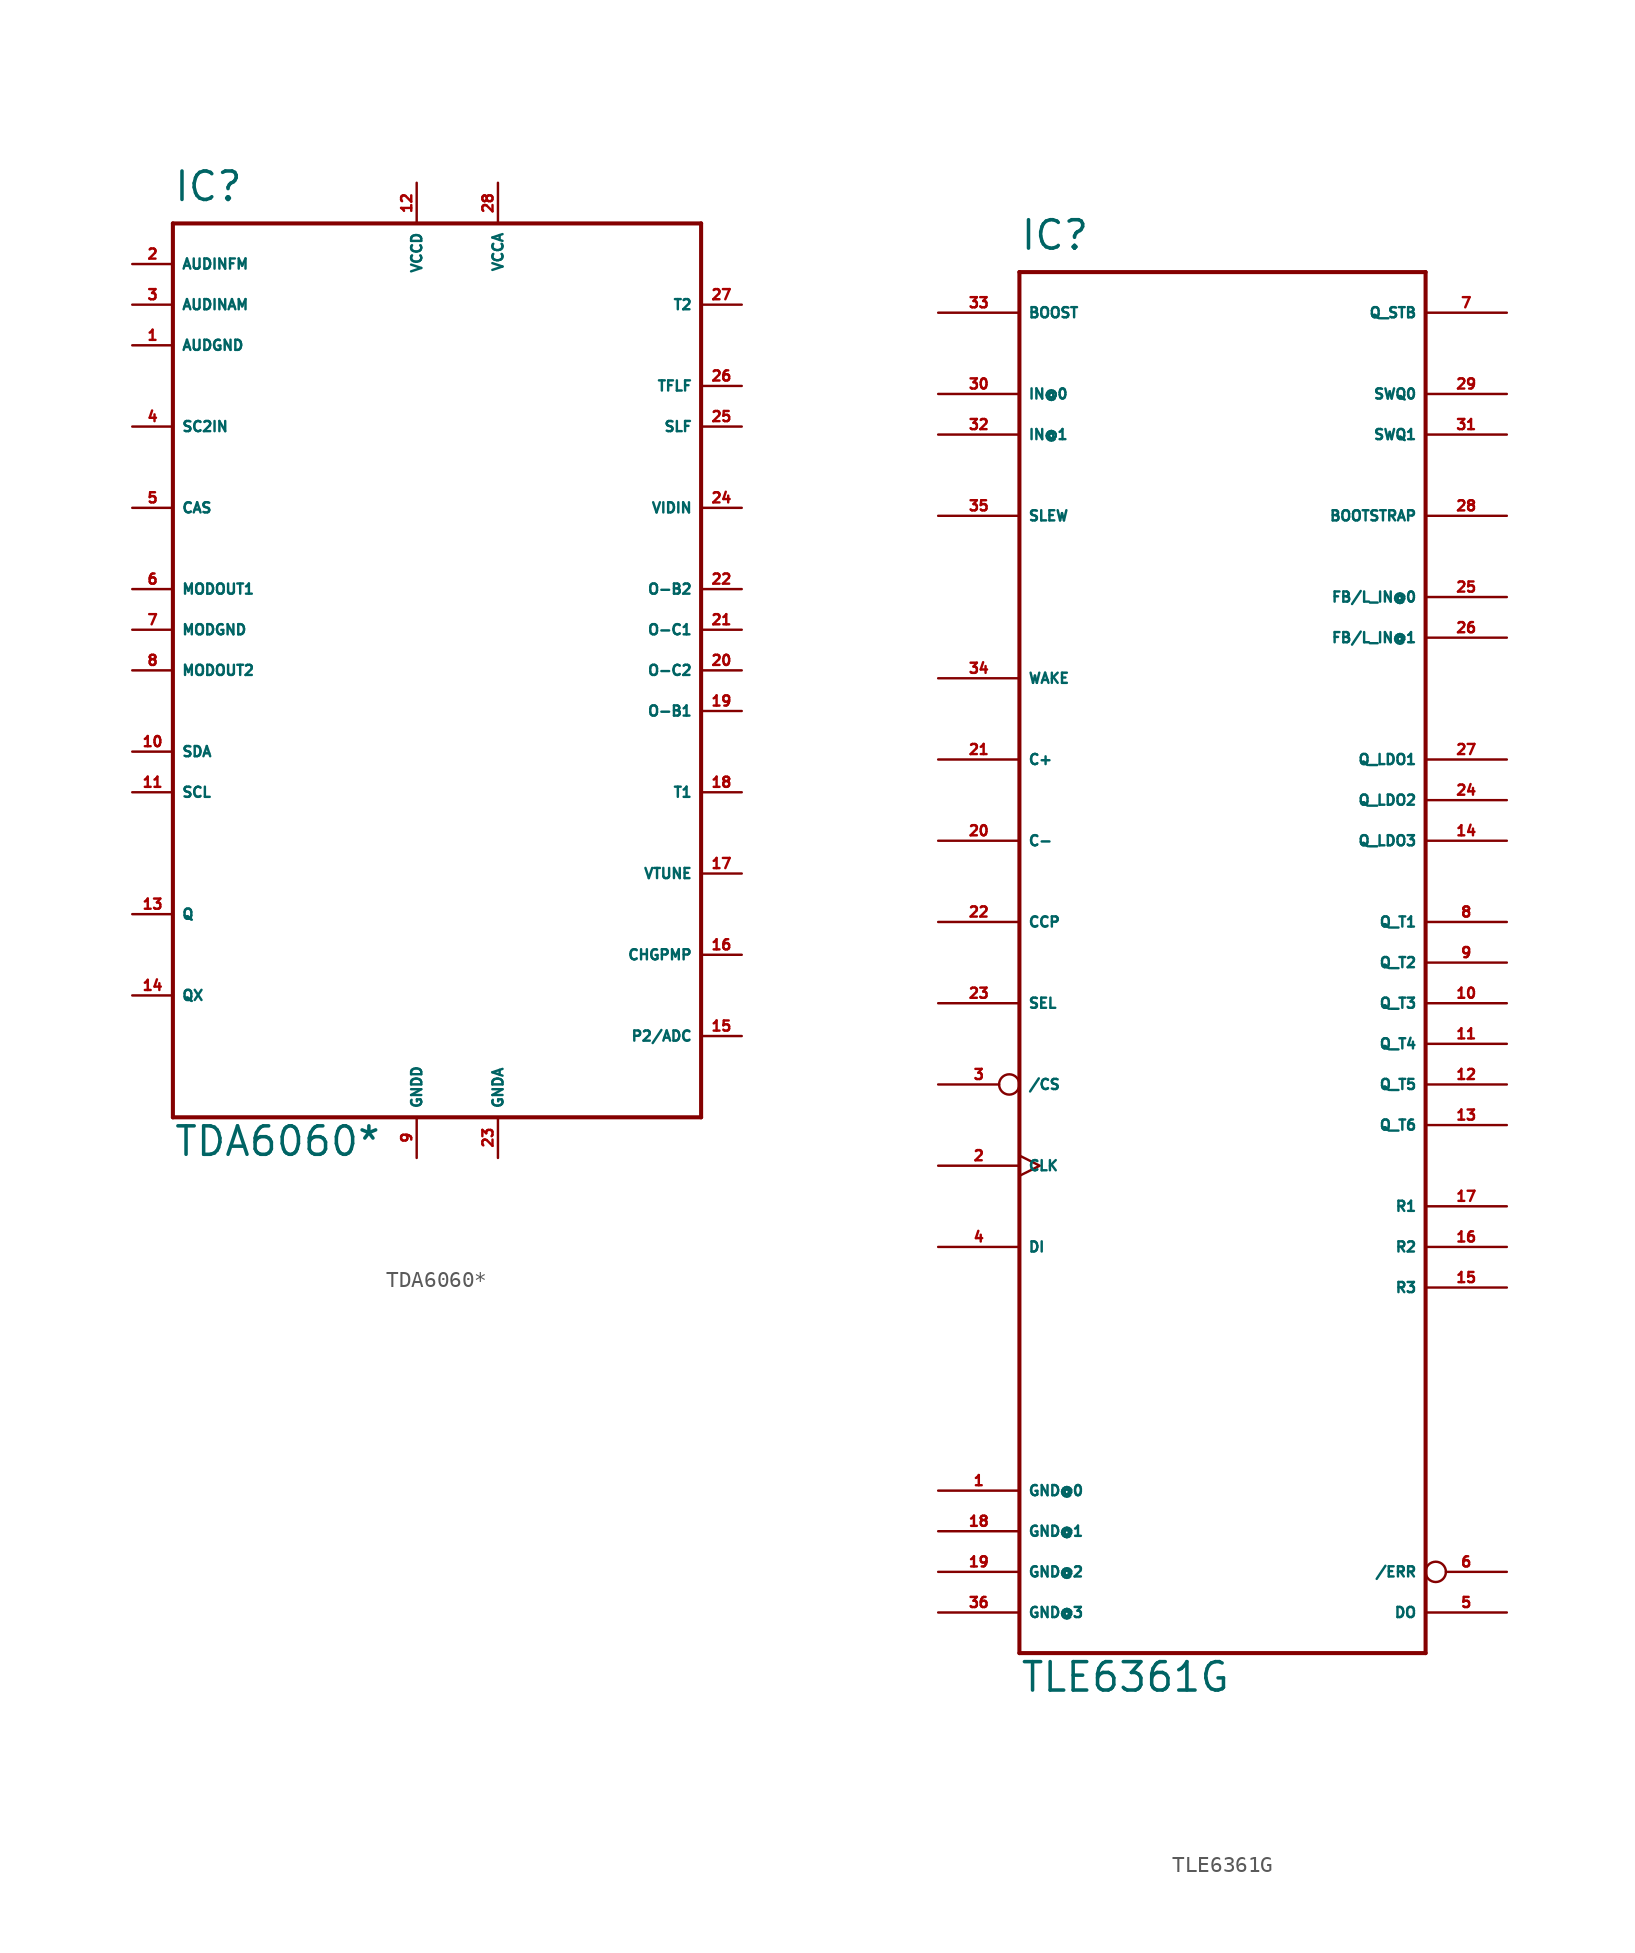
<source format=kicad_sym>
(kicad_symbol_lib
  (version 20220914)
  (generator Eagle2Kicad)
  (symbol "TDA6060*"
    (property "Reference" "IC"
      (at -17.78 29.21 0)
      (effects (font (size 1.778 1.778) (thickness 0.22)) (justify left bottom)))
    (property "Value" "TDA6060*"
      (at -17.78 -30.48 0)
      (effects (font (size 1.778 1.778) (thickness 0.22)) (justify left bottom)))
    (polyline
      (pts (xy -17.78 27.94) (xy 15.24 27.94))
      (stroke (width 0.254) (type default))
      (fill (type none)))
    (polyline
      (pts (xy 15.24 27.94) (xy 15.24 -27.94))
      (stroke (width 0.254) (type default))
      (fill (type none)))
    (polyline
      (pts (xy 15.24 -27.94) (xy -17.78 -27.94))
      (stroke (width 0.254) (type default))
      (fill (type none)))
    (polyline
      (pts (xy -17.78 -27.94) (xy -17.78 27.94))
      (stroke (width 0.254) (type default))
      (fill (type none)))
    (pin unspecified line
      (at -20.32 20.32 0)
      (length 2.54)
      (name "AUDGND" (effects (font (size 0.635 0.635) (thickness 0.08)) (justify left bottom)))
      (number "1" (effects (font (size 0.635 0.635) (thickness 0.08)) (justify left bottom))))
    (pin input line
      (at -20.32 25.4 0)
      (length 2.54)
      (name "AUDINFM" (effects (font (size 0.635 0.635) (thickness 0.08)) (justify left bottom)))
      (number "2" (effects (font (size 0.635 0.635) (thickness 0.08)) (justify left bottom))))
    (pin input line
      (at -20.32 22.86 0)
      (length 2.54)
      (name "AUDINAM" (effects (font (size 0.635 0.635) (thickness 0.08)) (justify left bottom)))
      (number "3" (effects (font (size 0.635 0.635) (thickness 0.08)) (justify left bottom))))
    (pin input line
      (at -20.32 15.24 0)
      (length 2.54)
      (name "SC2IN" (effects (font (size 0.635 0.635) (thickness 0.08)) (justify left bottom)))
      (number "4" (effects (font (size 0.635 0.635) (thickness 0.08)) (justify left bottom))))
    (pin input line
      (at -20.32 10.16 0)
      (length 2.54)
      (name "CAS" (effects (font (size 0.635 0.635) (thickness 0.08)) (justify left bottom)))
      (number "5" (effects (font (size 0.635 0.635) (thickness 0.08)) (justify left bottom))))
    (pin output line
      (at -20.32 5.08 0)
      (length 2.54)
      (name "MODOUT1" (effects (font (size 0.635 0.635) (thickness 0.08)) (justify left bottom)))
      (number "6" (effects (font (size 0.635 0.635) (thickness 0.08)) (justify left bottom))))
    (pin unspecified line
      (at -20.32 2.54 0)
      (length 2.54)
      (name "MODGND" (effects (font (size 0.635 0.635) (thickness 0.08)) (justify left bottom)))
      (number "7" (effects (font (size 0.635 0.635) (thickness 0.08)) (justify left bottom))))
    (pin output line
      (at -20.32 0 0)
      (length 2.54)
      (name "MODOUT2" (effects (font (size 0.635 0.635) (thickness 0.08)) (justify left bottom)))
      (number "8" (effects (font (size 0.635 0.635) (thickness 0.08)) (justify left bottom))))
    (pin unspecified line
      (at -2.54 -30.48 90)
      (length 2.54)
      (name "GNDD" (effects (font (size 0.635 0.635) (thickness 0.08)) (justify left bottom)))
      (number "9" (effects (font (size 0.635 0.635) (thickness 0.08)) (justify left bottom))))
    (pin input line
      (at -20.32 -5.08 0)
      (length 2.54)
      (name "SDA" (effects (font (size 0.635 0.635) (thickness 0.08)) (justify left bottom)))
      (number "10" (effects (font (size 0.635 0.635) (thickness 0.08)) (justify left bottom))))
    (pin input line
      (at -20.32 -7.62 0)
      (length 2.54)
      (name "SCL" (effects (font (size 0.635 0.635) (thickness 0.08)) (justify left bottom)))
      (number "11" (effects (font (size 0.635 0.635) (thickness 0.08)) (justify left bottom))))
    (pin unspecified line
      (at -2.54 30.48 270)
      (length 2.54)
      (name "VCCD" (effects (font (size 0.635 0.635) (thickness 0.08)) (justify left bottom)))
      (number "12" (effects (font (size 0.635 0.635) (thickness 0.08)) (justify left bottom))))
    (pin passive line
      (at -20.32 -15.24 0)
      (length 2.54)
      (name "Q" (effects (font (size 0.635 0.635) (thickness 0.08)) (justify left bottom)))
      (number "13" (effects (font (size 0.635 0.635) (thickness 0.08)) (justify left bottom))))
    (pin passive line
      (at -20.32 -20.32 0)
      (length 2.54)
      (name "QX" (effects (font (size 0.635 0.635) (thickness 0.08)) (justify left bottom)))
      (number "14" (effects (font (size 0.635 0.635) (thickness 0.08)) (justify left bottom))))
    (pin input line
      (at 17.78 -22.86 180)
      (length 2.54)
      (name "P2/ADC" (effects (font (size 0.635 0.635) (thickness 0.08)) (justify left bottom)))
      (number "15" (effects (font (size 0.635 0.635) (thickness 0.08)) (justify left bottom))))
    (pin input line
      (at 17.78 -17.78 180)
      (length 2.54)
      (name "CHGPMP" (effects (font (size 0.635 0.635) (thickness 0.08)) (justify left bottom)))
      (number "16" (effects (font (size 0.635 0.635) (thickness 0.08)) (justify left bottom))))
    (pin input line
      (at 17.78 -12.7 180)
      (length 2.54)
      (name "VTUNE" (effects (font (size 0.635 0.635) (thickness 0.08)) (justify left bottom)))
      (number "17" (effects (font (size 0.635 0.635) (thickness 0.08)) (justify left bottom))))
    (pin input line
      (at 17.78 -7.62 180)
      (length 2.54)
      (name "T1" (effects (font (size 0.635 0.635) (thickness 0.08)) (justify left bottom)))
      (number "18" (effects (font (size 0.635 0.635) (thickness 0.08)) (justify left bottom))))
    (pin input line
      (at 17.78 -2.54 180)
      (length 2.54)
      (name "O-B1" (effects (font (size 0.635 0.635) (thickness 0.08)) (justify left bottom)))
      (number "19" (effects (font (size 0.635 0.635) (thickness 0.08)) (justify left bottom))))
    (pin passive line
      (at 17.78 0 180)
      (length 2.54)
      (name "O-C2" (effects (font (size 0.635 0.635) (thickness 0.08)) (justify left bottom)))
      (number "20" (effects (font (size 0.635 0.635) (thickness 0.08)) (justify left bottom))))
    (pin passive line
      (at 17.78 2.54 180)
      (length 2.54)
      (name "O-C1" (effects (font (size 0.635 0.635) (thickness 0.08)) (justify left bottom)))
      (number "21" (effects (font (size 0.635 0.635) (thickness 0.08)) (justify left bottom))))
    (pin input line
      (at 17.78 5.08 180)
      (length 2.54)
      (name "O-B2" (effects (font (size 0.635 0.635) (thickness 0.08)) (justify left bottom)))
      (number "22" (effects (font (size 0.635 0.635) (thickness 0.08)) (justify left bottom))))
    (pin unspecified line
      (at 2.54 -30.48 90)
      (length 2.54)
      (name "GNDA" (effects (font (size 0.635 0.635) (thickness 0.08)) (justify left bottom)))
      (number "23" (effects (font (size 0.635 0.635) (thickness 0.08)) (justify left bottom))))
    (pin input line
      (at 17.78 10.16 180)
      (length 2.54)
      (name "VIDIN" (effects (font (size 0.635 0.635) (thickness 0.08)) (justify left bottom)))
      (number "24" (effects (font (size 0.635 0.635) (thickness 0.08)) (justify left bottom))))
    (pin passive line
      (at 17.78 15.24 180)
      (length 2.54)
      (name "SLF" (effects (font (size 0.635 0.635) (thickness 0.08)) (justify left bottom)))
      (number "25" (effects (font (size 0.635 0.635) (thickness 0.08)) (justify left bottom))))
    (pin passive line
      (at 17.78 17.78 180)
      (length 2.54)
      (name "TFLF" (effects (font (size 0.635 0.635) (thickness 0.08)) (justify left bottom)))
      (number "26" (effects (font (size 0.635 0.635) (thickness 0.08)) (justify left bottom))))
    (pin passive line
      (at 17.78 22.86 180)
      (length 2.54)
      (name "T2" (effects (font (size 0.635 0.635) (thickness 0.08)) (justify left bottom)))
      (number "27" (effects (font (size 0.635 0.635) (thickness 0.08)) (justify left bottom))))
    (pin unspecified line
      (at 2.54 30.48 270)
      (length 2.54)
      (name "VCCA" (effects (font (size 0.635 0.635) (thickness 0.08)) (justify left bottom)))
      (number "28" (effects (font (size 0.635 0.635) (thickness 0.08)) (justify left bottom)))))
  (symbol "TLE6361G"
    (property "Reference" "IC"
      (at -12.7 44.45 0)
      (effects (font (size 1.778 1.778) (thickness 0.22)) (justify left bottom)))
    (property "Value" "TLE6361G"
      (at -12.7 -45.72 0)
      (effects (font (size 1.778 1.778) (thickness 0.22)) (justify left bottom)))
    (polyline
      (pts (xy -12.7 43.18) (xy 12.7 43.18))
      (stroke (width 0.254) (type default))
      (fill (type none)))
    (polyline
      (pts (xy 12.7 43.18) (xy 12.7 -43.18))
      (stroke (width 0.254) (type default))
      (fill (type none)))
    (polyline
      (pts (xy -12.7 -43.18) (xy -12.7 43.18))
      (stroke (width 0.254) (type default))
      (fill (type none)))
    (polyline
      (pts (xy 12.7 -43.18) (xy -12.7 -43.18))
      (stroke (width 0.254) (type default))
      (fill (type none)))
    (pin bidirectional inverted
      (at -17.78 -7.62 0)
      (length 5.08)
      (name "/CS" (effects (font (size 0.635 0.635) (thickness 0.08)) (justify left bottom)))
      (number "3" (effects (font (size 0.635 0.635) (thickness 0.08)) (justify left bottom))))
    (pin bidirectional inverted
      (at 17.78 -38.1 180)
      (length 5.08)
      (name "/ERR" (effects (font (size 0.635 0.635) (thickness 0.08)) (justify left bottom)))
      (number "6" (effects (font (size 0.635 0.635) (thickness 0.08)) (justify left bottom))))
    (pin bidirectional line
      (at -17.78 40.64 0)
      (length 5.08)
      (name "BOOST" (effects (font (size 0.635 0.635) (thickness 0.08)) (justify left bottom)))
      (number "33" (effects (font (size 0.635 0.635) (thickness 0.08)) (justify left bottom))))
    (pin bidirectional line
      (at 17.78 27.94 180)
      (length 5.08)
      (name "BOOTSTRAP" (effects (font (size 0.635 0.635) (thickness 0.08)) (justify left bottom)))
      (number "28" (effects (font (size 0.635 0.635) (thickness 0.08)) (justify left bottom))))
    (pin bidirectional line
      (at -17.78 12.7 0)
      (length 5.08)
      (name "C+" (effects (font (size 0.635 0.635) (thickness 0.08)) (justify left bottom)))
      (number "21" (effects (font (size 0.635 0.635) (thickness 0.08)) (justify left bottom))))
    (pin bidirectional line
      (at -17.78 7.62 0)
      (length 5.08)
      (name "C-" (effects (font (size 0.635 0.635) (thickness 0.08)) (justify left bottom)))
      (number "20" (effects (font (size 0.635 0.635) (thickness 0.08)) (justify left bottom))))
    (pin bidirectional line
      (at -17.78 2.54 0)
      (length 5.08)
      (name "CCP" (effects (font (size 0.635 0.635) (thickness 0.08)) (justify left bottom)))
      (number "22" (effects (font (size 0.635 0.635) (thickness 0.08)) (justify left bottom))))
    (pin bidirectional clock
      (at -17.78 -12.7 0)
      (length 5.08)
      (name "CLK" (effects (font (size 0.635 0.635) (thickness 0.08)) (justify left bottom)))
      (number "2" (effects (font (size 0.635 0.635) (thickness 0.08)) (justify left bottom))))
    (pin bidirectional line
      (at -17.78 -17.78 0)
      (length 5.08)
      (name "DI" (effects (font (size 0.635 0.635) (thickness 0.08)) (justify left bottom)))
      (number "4" (effects (font (size 0.635 0.635) (thickness 0.08)) (justify left bottom))))
    (pin bidirectional line
      (at 17.78 -40.64 180)
      (length 5.08)
      (name "DO" (effects (font (size 0.635 0.635) (thickness 0.08)) (justify left bottom)))
      (number "5" (effects (font (size 0.635 0.635) (thickness 0.08)) (justify left bottom))))
    (pin bidirectional line
      (at 17.78 22.86 180)
      (length 5.08)
      (name "FB/L_IN@0" (effects (font (size 0.635 0.635) (thickness 0.08)) (justify left bottom)))
      (number "25" (effects (font (size 0.635 0.635) (thickness 0.08)) (justify left bottom))))
    (pin bidirectional line
      (at 17.78 20.32 180)
      (length 5.08)
      (name "FB/L_IN@1" (effects (font (size 0.635 0.635) (thickness 0.08)) (justify left bottom)))
      (number "26" (effects (font (size 0.635 0.635) (thickness 0.08)) (justify left bottom))))
    (pin unspecified line
      (at -17.78 -33.02 0)
      (length 5.08)
      (name "GND@0" (effects (font (size 0.635 0.635) (thickness 0.08)) (justify left bottom)))
      (number "1" (effects (font (size 0.635 0.635) (thickness 0.08)) (justify left bottom))))
    (pin unspecified line
      (at -17.78 -35.56 0)
      (length 5.08)
      (name "GND@1" (effects (font (size 0.635 0.635) (thickness 0.08)) (justify left bottom)))
      (number "18" (effects (font (size 0.635 0.635) (thickness 0.08)) (justify left bottom))))
    (pin unspecified line
      (at -17.78 -38.1 0)
      (length 5.08)
      (name "GND@2" (effects (font (size 0.635 0.635) (thickness 0.08)) (justify left bottom)))
      (number "19" (effects (font (size 0.635 0.635) (thickness 0.08)) (justify left bottom))))
    (pin unspecified line
      (at -17.78 -40.64 0)
      (length 5.08)
      (name "GND@3" (effects (font (size 0.635 0.635) (thickness 0.08)) (justify left bottom)))
      (number "36" (effects (font (size 0.635 0.635) (thickness 0.08)) (justify left bottom))))
    (pin bidirectional line
      (at -17.78 35.56 0)
      (length 5.08)
      (name "IN@0" (effects (font (size 0.635 0.635) (thickness 0.08)) (justify left bottom)))
      (number "30" (effects (font (size 0.635 0.635) (thickness 0.08)) (justify left bottom))))
    (pin bidirectional line
      (at -17.78 33.02 0)
      (length 5.08)
      (name "IN@1" (effects (font (size 0.635 0.635) (thickness 0.08)) (justify left bottom)))
      (number "32" (effects (font (size 0.635 0.635) (thickness 0.08)) (justify left bottom))))
    (pin bidirectional line
      (at 17.78 12.7 180)
      (length 5.08)
      (name "Q_LDO1" (effects (font (size 0.635 0.635) (thickness 0.08)) (justify left bottom)))
      (number "27" (effects (font (size 0.635 0.635) (thickness 0.08)) (justify left bottom))))
    (pin bidirectional line
      (at 17.78 10.16 180)
      (length 5.08)
      (name "Q_LDO2" (effects (font (size 0.635 0.635) (thickness 0.08)) (justify left bottom)))
      (number "24" (effects (font (size 0.635 0.635) (thickness 0.08)) (justify left bottom))))
    (pin bidirectional line
      (at 17.78 7.62 180)
      (length 5.08)
      (name "Q_LDO3" (effects (font (size 0.635 0.635) (thickness 0.08)) (justify left bottom)))
      (number "14" (effects (font (size 0.635 0.635) (thickness 0.08)) (justify left bottom))))
    (pin bidirectional line
      (at 17.78 40.64 180)
      (length 5.08)
      (name "Q_STB" (effects (font (size 0.635 0.635) (thickness 0.08)) (justify left bottom)))
      (number "7" (effects (font (size 0.635 0.635) (thickness 0.08)) (justify left bottom))))
    (pin bidirectional line
      (at 17.78 2.54 180)
      (length 5.08)
      (name "Q_T1" (effects (font (size 0.635 0.635) (thickness 0.08)) (justify left bottom)))
      (number "8" (effects (font (size 0.635 0.635) (thickness 0.08)) (justify left bottom))))
    (pin bidirectional line
      (at 17.78 0 180)
      (length 5.08)
      (name "Q_T2" (effects (font (size 0.635 0.635) (thickness 0.08)) (justify left bottom)))
      (number "9" (effects (font (size 0.635 0.635) (thickness 0.08)) (justify left bottom))))
    (pin bidirectional line
      (at 17.78 -2.54 180)
      (length 5.08)
      (name "Q_T3" (effects (font (size 0.635 0.635) (thickness 0.08)) (justify left bottom)))
      (number "10" (effects (font (size 0.635 0.635) (thickness 0.08)) (justify left bottom))))
    (pin bidirectional line
      (at 17.78 -5.08 180)
      (length 5.08)
      (name "Q_T4" (effects (font (size 0.635 0.635) (thickness 0.08)) (justify left bottom)))
      (number "11" (effects (font (size 0.635 0.635) (thickness 0.08)) (justify left bottom))))
    (pin bidirectional line
      (at 17.78 -7.62 180)
      (length 5.08)
      (name "Q_T5" (effects (font (size 0.635 0.635) (thickness 0.08)) (justify left bottom)))
      (number "12" (effects (font (size 0.635 0.635) (thickness 0.08)) (justify left bottom))))
    (pin bidirectional line
      (at 17.78 -10.16 180)
      (length 5.08)
      (name "Q_T6" (effects (font (size 0.635 0.635) (thickness 0.08)) (justify left bottom)))
      (number "13" (effects (font (size 0.635 0.635) (thickness 0.08)) (justify left bottom))))
    (pin bidirectional line
      (at 17.78 -15.24 180)
      (length 5.08)
      (name "R1" (effects (font (size 0.635 0.635) (thickness 0.08)) (justify left bottom)))
      (number "17" (effects (font (size 0.635 0.635) (thickness 0.08)) (justify left bottom))))
    (pin bidirectional line
      (at 17.78 -17.78 180)
      (length 5.08)
      (name "R2" (effects (font (size 0.635 0.635) (thickness 0.08)) (justify left bottom)))
      (number "16" (effects (font (size 0.635 0.635) (thickness 0.08)) (justify left bottom))))
    (pin bidirectional line
      (at 17.78 -20.32 180)
      (length 5.08)
      (name "R3" (effects (font (size 0.635 0.635) (thickness 0.08)) (justify left bottom)))
      (number "15" (effects (font (size 0.635 0.635) (thickness 0.08)) (justify left bottom))))
    (pin bidirectional line
      (at -17.78 -2.54 0)
      (length 5.08)
      (name "SEL" (effects (font (size 0.635 0.635) (thickness 0.08)) (justify left bottom)))
      (number "23" (effects (font (size 0.635 0.635) (thickness 0.08)) (justify left bottom))))
    (pin bidirectional line
      (at -17.78 27.94 0)
      (length 5.08)
      (name "SLEW" (effects (font (size 0.635 0.635) (thickness 0.08)) (justify left bottom)))
      (number "35" (effects (font (size 0.635 0.635) (thickness 0.08)) (justify left bottom))))
    (pin bidirectional line
      (at 17.78 35.56 180)
      (length 5.08)
      (name "SWQ0" (effects (font (size 0.635 0.635) (thickness 0.08)) (justify left bottom)))
      (number "29" (effects (font (size 0.635 0.635) (thickness 0.08)) (justify left bottom))))
    (pin bidirectional line
      (at 17.78 33.02 180)
      (length 5.08)
      (name "SWQ1" (effects (font (size 0.635 0.635) (thickness 0.08)) (justify left bottom)))
      (number "31" (effects (font (size 0.635 0.635) (thickness 0.08)) (justify left bottom))))
    (pin bidirectional line
      (at -17.78 17.78 0)
      (length 5.08)
      (name "WAKE" (effects (font (size 0.635 0.635) (thickness 0.08)) (justify left bottom)))
      (number "34" (effects (font (size 0.635 0.635) (thickness 0.08)) (justify left bottom))))))
</source>
